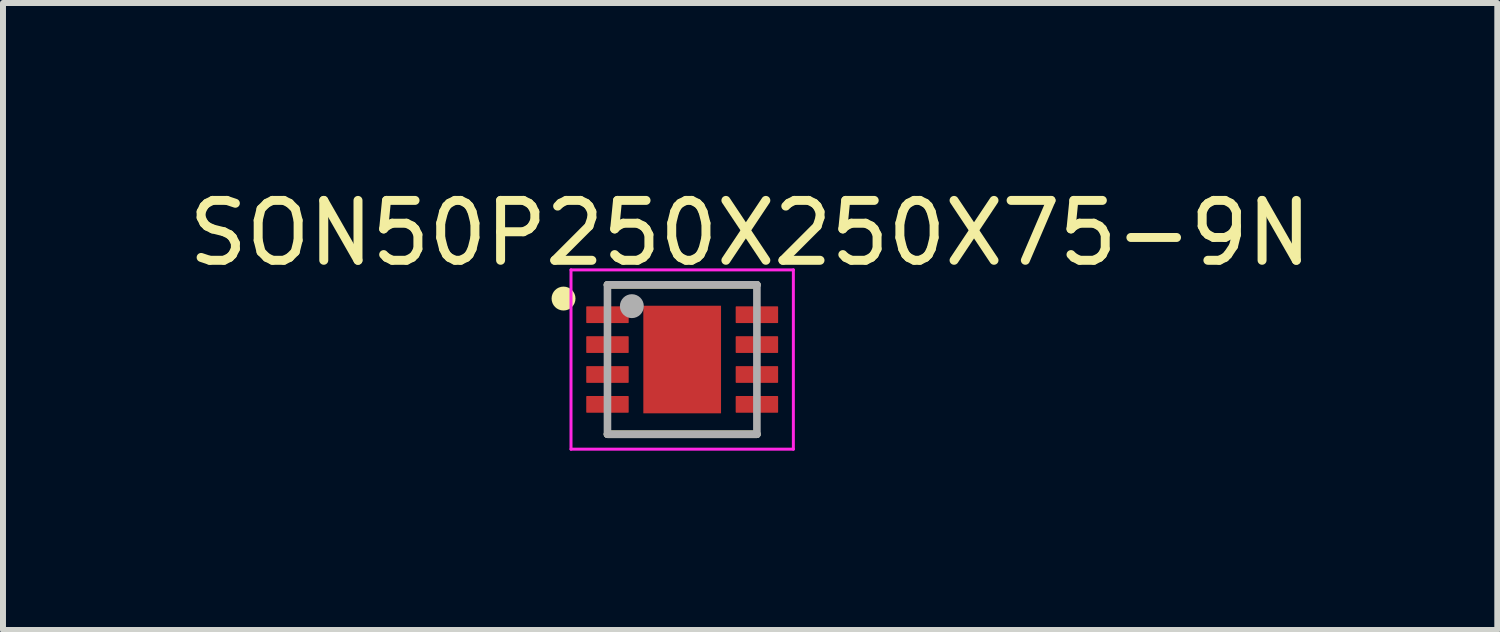
<source format=kicad_pcb>
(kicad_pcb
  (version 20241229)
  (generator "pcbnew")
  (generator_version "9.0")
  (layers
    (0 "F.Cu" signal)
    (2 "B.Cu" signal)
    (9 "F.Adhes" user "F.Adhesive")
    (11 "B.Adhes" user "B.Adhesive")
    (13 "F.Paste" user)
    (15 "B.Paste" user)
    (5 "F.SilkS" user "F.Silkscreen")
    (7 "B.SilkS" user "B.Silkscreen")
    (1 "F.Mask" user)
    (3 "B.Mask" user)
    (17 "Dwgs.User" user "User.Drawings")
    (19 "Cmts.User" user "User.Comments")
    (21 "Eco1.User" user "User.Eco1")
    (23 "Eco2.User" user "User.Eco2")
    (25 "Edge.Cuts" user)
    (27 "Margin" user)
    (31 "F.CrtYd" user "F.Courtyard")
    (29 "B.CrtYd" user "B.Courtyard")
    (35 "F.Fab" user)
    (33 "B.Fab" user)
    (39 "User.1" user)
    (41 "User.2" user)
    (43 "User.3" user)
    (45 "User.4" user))
  (footprint "SON50P250X250X75-9N"
    (layer "F.Cu")
    (at 8.363 2.965)
    (property "Reference" "SON50P250X250X75-9N" (at 1.137 -2.116 0) (layer "F.SilkS") (effects (font (size 1.002 1.002) (thickness 0.15))))
    (attr through_hole)
    (fp_line (start -1.25 -1.25) (end 1.25 -1.25) (stroke (width 0.127) (type solid)) (layer "F.SilkS"))
    (fp_line (start -1.25 1.25) (end 1.25 1.25) (stroke (width 0.127) (type solid)) (layer "F.SilkS"))
    (fp_circle (center -1.985 -1.02) (end -1.885 -1.02) (stroke (width 0.2) (type solid)) (fill no) (layer "F.SilkS"))
    (fp_poly (pts (xy -0.41 -0.569) (xy 0.41 -0.569) (xy 0.41 0.569) (xy -0.41 0.569)) (stroke (width 0.01) (type solid)) (fill yes) (layer "F.Paste"))
    (fp_line (start -1.86 -1.5) (end -1.86 1.5) (stroke (width 0.05) (type solid)) (layer "F.CrtYd"))
    (fp_line (start -1.86 -1.5) (end 1.86 -1.5) (stroke (width 0.05) (type solid)) (layer "F.CrtYd"))
    (fp_line (start -1.86 1.5) (end 1.86 1.5) (stroke (width 0.05) (type solid)) (layer "F.CrtYd"))
    (fp_line (start 1.86 -1.5) (end 1.86 1.5) (stroke (width 0.05) (type solid)) (layer "F.CrtYd"))
    (fp_line (start -1.25 -1.25) (end -1.25 1.25) (stroke (width 0.127) (type solid)) (layer "F.Fab"))
    (fp_line (start -1.25 -1.25) (end 1.25 -1.25) (stroke (width 0.127) (type solid)) (layer "F.Fab"))
    (fp_line (start -1.25 1.25) (end 1.25 1.25) (stroke (width 0.127) (type solid)) (layer "F.Fab"))
    (fp_line (start 1.25 -1.25) (end 1.25 1.25) (stroke (width 0.127) (type solid)) (layer "F.Fab"))
    (fp_circle (center -0.842 -0.893) (end -0.742 -0.893) (stroke (width 0.2) (type solid)) (fill no) (layer "F.Fab"))
    (pad "1" smd roundrect (at -1.25 -0.75) (size 0.71 0.28) (layers "F.Cu" "F.Mask" "F.Paste") (roundrect_rratio 0.04))
    (pad "2" smd roundrect (at -1.25 -0.25) (size 0.71 0.28) (layers "F.Cu" "F.Mask" "F.Paste") (roundrect_rratio 0.04))
    (pad "3" smd roundrect (at -1.25 0.25) (size 0.71 0.28) (layers "F.Cu" "F.Mask" "F.Paste") (roundrect_rratio 0.04))
    (pad "4" smd roundrect (at -1.25 0.75) (size 0.71 0.28) (layers "F.Cu" "F.Mask" "F.Paste") (roundrect_rratio 0.04))
    (pad "5" smd roundrect (at 1.25 0.75) (size 0.71 0.28) (layers "F.Cu" "F.Mask" "F.Paste") (roundrect_rratio 0.04))
    (pad "6" smd roundrect (at 1.25 0.25) (size 0.71 0.28) (layers "F.Cu" "F.Mask" "F.Paste") (roundrect_rratio 0.04))
    (pad "7" smd roundrect (at 1.25 -0.25) (size 0.71 0.28) (layers "F.Cu" "F.Mask" "F.Paste") (roundrect_rratio 0.04))
    (pad "8" smd roundrect (at 1.25 -0.75) (size 0.71 0.28) (layers "F.Cu" "F.Mask" "F.Paste") (roundrect_rratio 0.04))
    (pad "9" smd rect (at 0 0) (size 1.3 1.8) (layers "F.Cu" "F.Mask")))
  (gr_rect
    (start -3 -3)
    (end 22 7.49)
    (stroke (width 0.1) (type default))
    (fill no)
    (layer "Edge.Cuts")))
</source>
